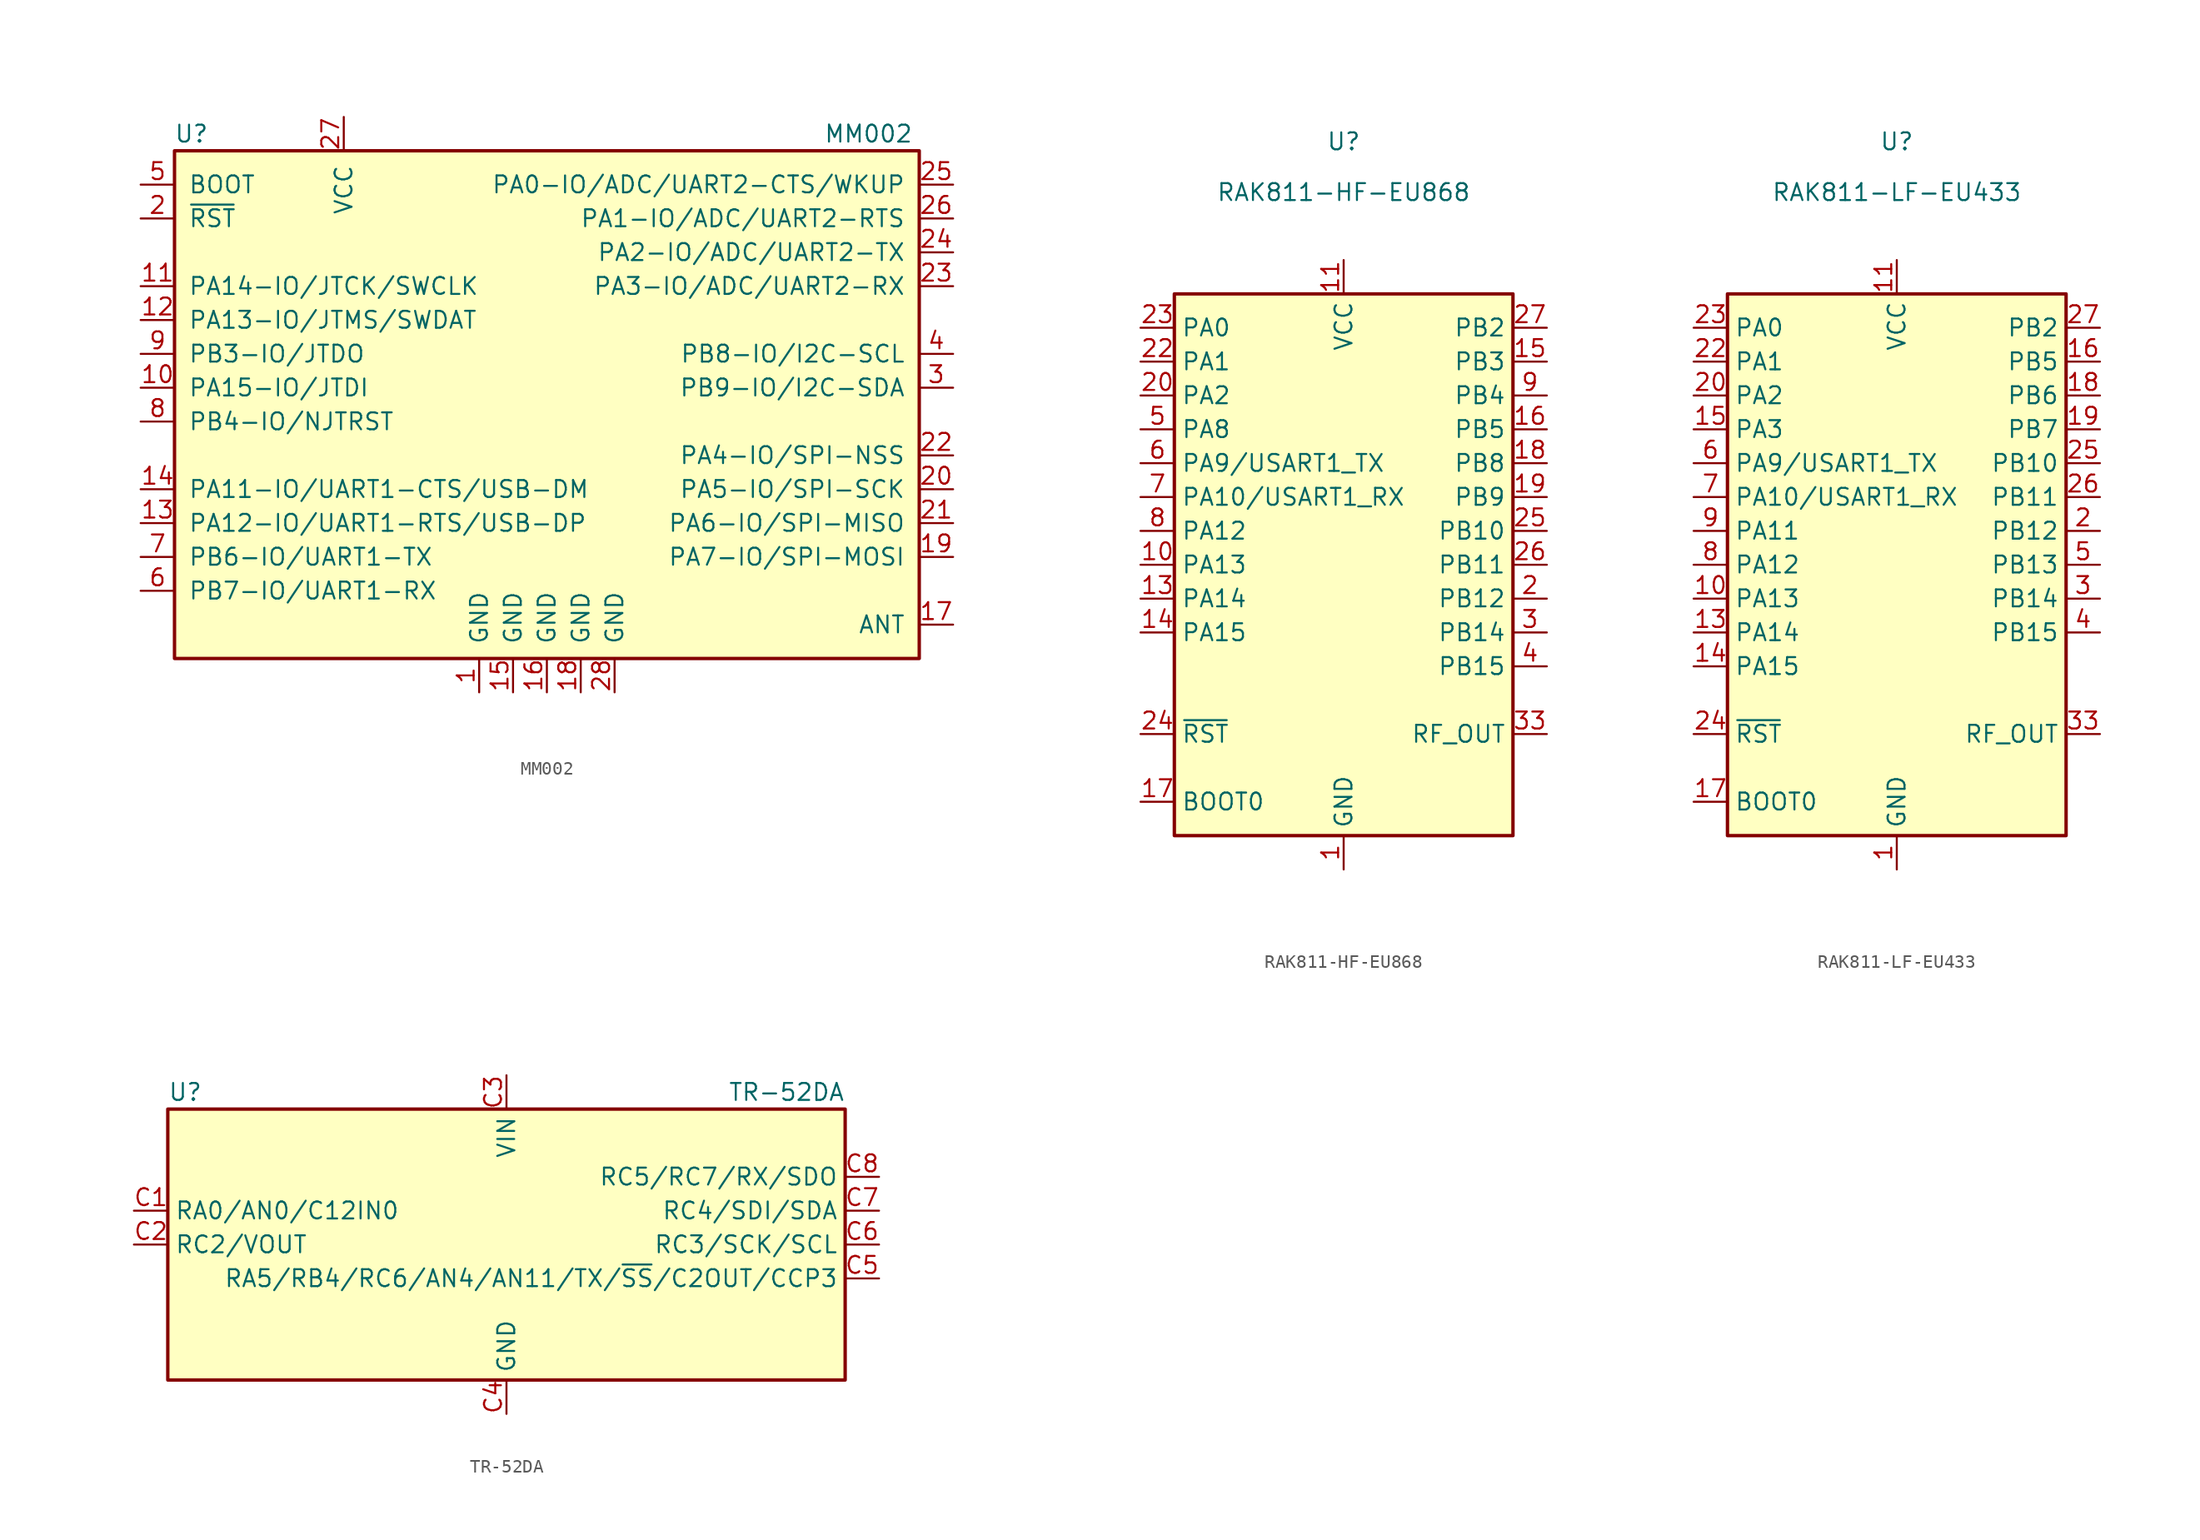
<source format=kicad_sym>
(kicad_symbol_lib
  (version 20201005)
  (generator kicad_symbol_editor)
  (symbol "MM002"
    (pin_names
      (offset 1.016))
    (property "Reference" "U"
      (at -26.67 21.59 0)
      (effects (font (size 1.27 1.27))))
    (property "Value" "MM002"
      (at 24.13 21.59 0)
      (effects (font (size 1.27 1.27))))
    (symbol "MM002_0_1"
      (rectangle (start -27.94 20.32) (end 27.94 -17.78) (stroke (width 0.254)) (fill (type background))))
    (symbol "MM002_1_1"
      (pin power_in line (at -5.08 -20.32 90) (length 2.54) (name "GND" (effects (font (size 1.27 1.27)))) (number "1" (effects (font (size 1.27 1.27)))))
      (pin bidirectional line (at -30.48 2.54 0) (length 2.54) (name "PA15-IO/JTDI" (effects (font (size 1.27 1.27)))) (number "10" (effects (font (size 1.27 1.27)))))
      (pin bidirectional line (at -30.48 10.16 0) (length 2.54) (name "PA14-IO/JTCK/SWCLK" (effects (font (size 1.27 1.27)))) (number "11" (effects (font (size 1.27 1.27)))))
      (pin bidirectional line (at -30.48 7.62 0) (length 2.54) (name "PA13-IO/JTMS/SWDAT" (effects (font (size 1.27 1.27)))) (number "12" (effects (font (size 1.27 1.27)))))
      (pin bidirectional line (at -30.48 -7.62 0) (length 2.54) (name "PA12-IO/UART1-RTS/USB-DP" (effects (font (size 1.27 1.27)))) (number "13" (effects (font (size 1.27 1.27)))))
      (pin bidirectional line (at -30.48 -5.08 0) (length 2.54) (name "PA11-IO/UART1-CTS/USB-DM" (effects (font (size 1.27 1.27)))) (number "14" (effects (font (size 1.27 1.27)))))
      (pin power_in line (at -2.54 -20.32 90) (length 2.54) (name "GND" (effects (font (size 1.27 1.27)))) (number "15" (effects (font (size 1.27 1.27)))))
      (pin power_in line (at 0 -20.32 90) (length 2.54) (name "GND" (effects (font (size 1.27 1.27)))) (number "16" (effects (font (size 1.27 1.27)))))
      (pin bidirectional line (at 30.48 -15.24 180) (length 2.54) (name "ANT" (effects (font (size 1.27 1.27)))) (number "17" (effects (font (size 1.27 1.27)))))
      (pin power_in line (at 2.54 -20.32 90) (length 2.54) (name "GND" (effects (font (size 1.27 1.27)))) (number "18" (effects (font (size 1.27 1.27)))))
      (pin bidirectional line (at 30.48 -10.16 180) (length 2.54) (name "PA7-IO/SPI-MOSI" (effects (font (size 1.27 1.27)))) (number "19" (effects (font (size 1.27 1.27)))))
      (pin input line (at -30.48 15.24 0) (length 2.54) (name "~RST" (effects (font (size 1.27 1.27)))) (number "2" (effects (font (size 1.27 1.27)))))
      (pin bidirectional line (at 30.48 -5.08 180) (length 2.54) (name "PA5-IO/SPI-SCK" (effects (font (size 1.27 1.27)))) (number "20" (effects (font (size 1.27 1.27)))))
      (pin bidirectional line (at 30.48 -7.62 180) (length 2.54) (name "PA6-IO/SPI-MISO" (effects (font (size 1.27 1.27)))) (number "21" (effects (font (size 1.27 1.27)))))
      (pin bidirectional line (at 30.48 -2.54 180) (length 2.54) (name "PA4-IO/SPI-NSS" (effects (font (size 1.27 1.27)))) (number "22" (effects (font (size 1.27 1.27)))))
      (pin bidirectional line (at 30.48 10.16 180) (length 2.54) (name "PA3-IO/ADC/UART2-RX" (effects (font (size 1.27 1.27)))) (number "23" (effects (font (size 1.27 1.27)))))
      (pin bidirectional line (at 30.48 12.7 180) (length 2.54) (name "PA2-IO/ADC/UART2-TX" (effects (font (size 1.27 1.27)))) (number "24" (effects (font (size 1.27 1.27)))))
      (pin bidirectional line (at 30.48 17.78 180) (length 2.54) (name "PA0-IO/ADC/UART2-CTS/WKUP" (effects (font (size 1.27 1.27)))) (number "25" (effects (font (size 1.27 1.27)))))
      (pin bidirectional line (at 30.48 15.24 180) (length 2.54) (name "PA1-IO/ADC/UART2-RTS" (effects (font (size 1.27 1.27)))) (number "26" (effects (font (size 1.27 1.27)))))
      (pin power_in line (at -15.24 22.86 270) (length 2.54) (name "VCC" (effects (font (size 1.27 1.27)))) (number "27" (effects (font (size 1.27 1.27)))))
      (pin power_in line (at 5.08 -20.32 90) (length 2.54) (name "GND" (effects (font (size 1.27 1.27)))) (number "28" (effects (font (size 1.27 1.27)))))
      (pin bidirectional line (at 30.48 2.54 180) (length 2.54) (name "PB9-IO/I2C-SDA" (effects (font (size 1.27 1.27)))) (number "3" (effects (font (size 1.27 1.27)))))
      (pin bidirectional line (at 30.48 5.08 180) (length 2.54) (name "PB8-IO/I2C-SCL" (effects (font (size 1.27 1.27)))) (number "4" (effects (font (size 1.27 1.27)))))
      (pin input line (at -30.48 17.78 0) (length 2.54) (name "BOOT" (effects (font (size 1.27 1.27)))) (number "5" (effects (font (size 1.27 1.27)))))
      (pin bidirectional line (at -30.48 -12.7 0) (length 2.54) (name "PB7-IO/UART1-RX" (effects (font (size 1.27 1.27)))) (number "6" (effects (font (size 1.27 1.27)))))
      (pin bidirectional line (at -30.48 -10.16 0) (length 2.54) (name "PB6-IO/UART1-TX" (effects (font (size 1.27 1.27)))) (number "7" (effects (font (size 1.27 1.27)))))
      (pin input line (at -30.48 0 0) (length 2.54) (name "PB4-IO/NJTRST" (effects (font (size 1.27 1.27)))) (number "8" (effects (font (size 1.27 1.27)))))
      (pin bidirectional line (at -30.48 5.08 0) (length 2.54) (name "PB3-IO/JTDO" (effects (font (size 1.27 1.27)))) (number "9" (effects (font (size 1.27 1.27)))))))
  (symbol "RAK811-HF-EU868"
    (property "Reference" "U"
      (at 0 31.75 0)
      (effects (font (size 1.27 1.27))))
    (property "Value" "RAK811-HF-EU868"
      (at 0 27.94 0)
      (effects (font (size 1.27 1.27))))
    (symbol "RAK811-HF-EU868_0_0"
      (pin power_in line (at 0 -22.86 90) (length 2.54) (name "GND" (effects (font (size 1.27 1.27)))) (number "1" (effects (font (size 1.27 1.27)))))
      (pin bidirectional line (at -15.24 0 0) (length 2.54) (name "PA13" (effects (font (size 1.27 1.27)))) (number "10" (effects (font (size 1.27 1.27)))))
      (pin power_in line (at 0 22.86 270) (length 2.54) (name "VCC" (effects (font (size 1.27 1.27)))) (number "11" (effects (font (size 1.27 1.27)))))
      (pin passive line (at 0 -22.86 90) (length 2.54) hide (name "GND" (effects (font (size 1.27 1.27)))) (number "12" (effects (font (size 1.27 1.27)))))
      (pin bidirectional line (at -15.24 -2.54 0) (length 2.54) (name "PA14" (effects (font (size 1.27 1.27)))) (number "13" (effects (font (size 1.27 1.27)))))
      (pin bidirectional line (at -15.24 -5.08 0) (length 2.54) (name "PA15" (effects (font (size 1.27 1.27)))) (number "14" (effects (font (size 1.27 1.27)))))
      (pin bidirectional line (at 15.24 15.24 180) (length 2.54) (name "PB3" (effects (font (size 1.27 1.27)))) (number "15" (effects (font (size 1.27 1.27)))))
      (pin bidirectional line (at 15.24 10.16 180) (length 2.54) (name "PB5" (effects (font (size 1.27 1.27)))) (number "16" (effects (font (size 1.27 1.27)))))
      (pin input line (at -15.24 -17.78 0) (length 2.54) (name "BOOT0" (effects (font (size 1.27 1.27)))) (number "17" (effects (font (size 1.27 1.27)))))
      (pin bidirectional line (at 15.24 7.62 180) (length 2.54) (name "PB8" (effects (font (size 1.27 1.27)))) (number "18" (effects (font (size 1.27 1.27)))))
      (pin bidirectional line (at 15.24 5.08 180) (length 2.54) (name "PB9" (effects (font (size 1.27 1.27)))) (number "19" (effects (font (size 1.27 1.27)))))
      (pin bidirectional line (at 15.24 -2.54 180) (length 2.54) (name "PB12" (effects (font (size 1.27 1.27)))) (number "2" (effects (font (size 1.27 1.27)))))
      (pin bidirectional line (at -15.24 12.7 0) (length 2.54) (name "PA2" (effects (font (size 1.27 1.27)))) (number "20" (effects (font (size 1.27 1.27)))))
      (pin passive line (at 0 -22.86 90) (length 2.54) hide (name "GND" (effects (font (size 1.27 1.27)))) (number "21" (effects (font (size 1.27 1.27)))))
      (pin bidirectional line (at -15.24 15.24 0) (length 2.54) (name "PA1" (effects (font (size 1.27 1.27)))) (number "22" (effects (font (size 1.27 1.27)))))
      (pin bidirectional line (at -15.24 17.78 0) (length 2.54) (name "PA0" (effects (font (size 1.27 1.27)))) (number "23" (effects (font (size 1.27 1.27)))))
      (pin input line (at -15.24 -12.7 0) (length 2.54) (name "~RST" (effects (font (size 1.27 1.27)))) (number "24" (effects (font (size 1.27 1.27)))))
      (pin bidirectional line (at 15.24 2.54 180) (length 2.54) (name "PB10" (effects (font (size 1.27 1.27)))) (number "25" (effects (font (size 1.27 1.27)))))
      (pin bidirectional line (at 15.24 0 180) (length 2.54) (name "PB11" (effects (font (size 1.27 1.27)))) (number "26" (effects (font (size 1.27 1.27)))))
      (pin bidirectional line (at 15.24 17.78 180) (length 2.54) (name "PB2" (effects (font (size 1.27 1.27)))) (number "27" (effects (font (size 1.27 1.27)))))
      (pin passive line (at 0 -22.86 90) (length 2.54) hide (name "GND" (effects (font (size 1.27 1.27)))) (number "28" (effects (font (size 1.27 1.27)))))
      (pin passive line (at 0 -22.86 90) (length 2.54) hide (name "GND" (effects (font (size 1.27 1.27)))) (number "29" (effects (font (size 1.27 1.27)))))
      (pin bidirectional line (at 15.24 -5.08 180) (length 2.54) (name "PB14" (effects (font (size 1.27 1.27)))) (number "3" (effects (font (size 1.27 1.27)))))
      (pin passive line (at 0 -22.86 90) (length 2.54) hide (name "GND" (effects (font (size 1.27 1.27)))) (number "30" (effects (font (size 1.27 1.27)))))
      (pin passive line (at 0 -22.86 90) (length 2.54) hide (name "GND" (effects (font (size 1.27 1.27)))) (number "31" (effects (font (size 1.27 1.27)))))
      (pin passive line (at 0 -22.86 90) (length 2.54) hide (name "GND" (effects (font (size 1.27 1.27)))) (number "32" (effects (font (size 1.27 1.27)))))
      (pin passive line (at 15.24 -12.7 180) (length 2.54) (name "RF_OUT" (effects (font (size 1.27 1.27)))) (number "33" (effects (font (size 1.27 1.27)))))
      (pin passive line (at 0 -22.86 90) (length 2.54) hide (name "GND" (effects (font (size 1.27 1.27)))) (number "34" (effects (font (size 1.27 1.27)))))
      (pin bidirectional line (at 15.24 -7.62 180) (length 2.54) (name "PB15" (effects (font (size 1.27 1.27)))) (number "4" (effects (font (size 1.27 1.27)))))
      (pin bidirectional line (at -15.24 10.16 0) (length 2.54) (name "PA8" (effects (font (size 1.27 1.27)))) (number "5" (effects (font (size 1.27 1.27)))))
      (pin bidirectional line (at -15.24 7.62 0) (length 2.54) (name "PA9/USART1_TX" (effects (font (size 1.27 1.27)))) (number "6" (effects (font (size 1.27 1.27)))))
      (pin bidirectional line (at -15.24 5.08 0) (length 2.54) (name "PA10/USART1_RX" (effects (font (size 1.27 1.27)))) (number "7" (effects (font (size 1.27 1.27)))))
      (pin bidirectional line (at -15.24 2.54 0) (length 2.54) (name "PA12" (effects (font (size 1.27 1.27)))) (number "8" (effects (font (size 1.27 1.27)))))
      (pin bidirectional line (at 15.24 12.7 180) (length 2.54) (name "PB4" (effects (font (size 1.27 1.27)))) (number "9" (effects (font (size 1.27 1.27))))))
    (symbol "RAK811-HF-EU868_0_1"
      (rectangle (start 12.7 -20.32) (end -12.7 20.32) (stroke (width 0.254)) (fill (type background)))))
  (symbol "RAK811-LF-EU433"
    (property "Reference" "U"
      (at 0 31.75 0)
      (effects (font (size 1.27 1.27))))
    (property "Value" "RAK811-LF-EU433"
      (at 0 27.94 0)
      (effects (font (size 1.27 1.27))))
    (symbol "RAK811-LF-EU433_0_0"
      (pin power_in line (at 0 -22.86 90) (length 2.54) (name "GND" (effects (font (size 1.27 1.27)))) (number "1" (effects (font (size 1.27 1.27)))))
      (pin bidirectional line (at -15.24 -2.54 0) (length 2.54) (name "PA13" (effects (font (size 1.27 1.27)))) (number "10" (effects (font (size 1.27 1.27)))))
      (pin power_in line (at 0 22.86 270) (length 2.54) (name "VCC" (effects (font (size 1.27 1.27)))) (number "11" (effects (font (size 1.27 1.27)))))
      (pin passive line (at 0 -22.86 90) (length 2.54) hide (name "GND" (effects (font (size 1.27 1.27)))) (number "12" (effects (font (size 1.27 1.27)))))
      (pin bidirectional line (at -15.24 -5.08 0) (length 2.54) (name "PA14" (effects (font (size 1.27 1.27)))) (number "13" (effects (font (size 1.27 1.27)))))
      (pin bidirectional line (at -15.24 -7.62 0) (length 2.54) (name "PA15" (effects (font (size 1.27 1.27)))) (number "14" (effects (font (size 1.27 1.27)))))
      (pin bidirectional line (at -15.24 10.16 0) (length 2.54) (name "PA3" (effects (font (size 1.27 1.27)))) (number "15" (effects (font (size 1.27 1.27)))))
      (pin bidirectional line (at 15.24 15.24 180) (length 2.54) (name "PB5" (effects (font (size 1.27 1.27)))) (number "16" (effects (font (size 1.27 1.27)))))
      (pin input line (at -15.24 -17.78 0) (length 2.54) (name "BOOT0" (effects (font (size 1.27 1.27)))) (number "17" (effects (font (size 1.27 1.27)))))
      (pin bidirectional line (at 15.24 12.7 180) (length 2.54) (name "PB6" (effects (font (size 1.27 1.27)))) (number "18" (effects (font (size 1.27 1.27)))))
      (pin bidirectional line (at 15.24 10.16 180) (length 2.54) (name "PB7" (effects (font (size 1.27 1.27)))) (number "19" (effects (font (size 1.27 1.27)))))
      (pin bidirectional line (at 15.24 2.54 180) (length 2.54) (name "PB12" (effects (font (size 1.27 1.27)))) (number "2" (effects (font (size 1.27 1.27)))))
      (pin bidirectional line (at -15.24 12.7 0) (length 2.54) (name "PA2" (effects (font (size 1.27 1.27)))) (number "20" (effects (font (size 1.27 1.27)))))
      (pin passive line (at 0 -22.86 90) (length 2.54) hide (name "GND" (effects (font (size 1.27 1.27)))) (number "21" (effects (font (size 1.27 1.27)))))
      (pin bidirectional line (at -15.24 15.24 0) (length 2.54) (name "PA1" (effects (font (size 1.27 1.27)))) (number "22" (effects (font (size 1.27 1.27)))))
      (pin bidirectional line (at -15.24 17.78 0) (length 2.54) (name "PA0" (effects (font (size 1.27 1.27)))) (number "23" (effects (font (size 1.27 1.27)))))
      (pin input line (at -15.24 -12.7 0) (length 2.54) (name "~RST" (effects (font (size 1.27 1.27)))) (number "24" (effects (font (size 1.27 1.27)))))
      (pin bidirectional line (at 15.24 7.62 180) (length 2.54) (name "PB10" (effects (font (size 1.27 1.27)))) (number "25" (effects (font (size 1.27 1.27)))))
      (pin bidirectional line (at 15.24 5.08 180) (length 2.54) (name "PB11" (effects (font (size 1.27 1.27)))) (number "26" (effects (font (size 1.27 1.27)))))
      (pin bidirectional line (at 15.24 17.78 180) (length 2.54) (name "PB2" (effects (font (size 1.27 1.27)))) (number "27" (effects (font (size 1.27 1.27)))))
      (pin passive line (at 0 -22.86 90) (length 2.54) hide (name "GND" (effects (font (size 1.27 1.27)))) (number "28" (effects (font (size 1.27 1.27)))))
      (pin passive line (at 0 -22.86 90) (length 2.54) hide (name "GND" (effects (font (size 1.27 1.27)))) (number "29" (effects (font (size 1.27 1.27)))))
      (pin bidirectional line (at 15.24 -2.54 180) (length 2.54) (name "PB14" (effects (font (size 1.27 1.27)))) (number "3" (effects (font (size 1.27 1.27)))))
      (pin passive line (at 0 -22.86 90) (length 2.54) hide (name "GND" (effects (font (size 1.27 1.27)))) (number "30" (effects (font (size 1.27 1.27)))))
      (pin passive line (at 0 -22.86 90) (length 2.54) hide (name "GND" (effects (font (size 1.27 1.27)))) (number "31" (effects (font (size 1.27 1.27)))))
      (pin passive line (at 0 -22.86 90) (length 2.54) hide (name "GND" (effects (font (size 1.27 1.27)))) (number "32" (effects (font (size 1.27 1.27)))))
      (pin passive line (at 15.24 -12.7 180) (length 2.54) (name "RF_OUT" (effects (font (size 1.27 1.27)))) (number "33" (effects (font (size 1.27 1.27)))))
      (pin passive line (at 0 -22.86 90) (length 2.54) hide (name "GND" (effects (font (size 1.27 1.27)))) (number "34" (effects (font (size 1.27 1.27)))))
      (pin bidirectional line (at 15.24 -5.08 180) (length 2.54) (name "PB15" (effects (font (size 1.27 1.27)))) (number "4" (effects (font (size 1.27 1.27)))))
      (pin bidirectional line (at 15.24 0 180) (length 2.54) (name "PB13" (effects (font (size 1.27 1.27)))) (number "5" (effects (font (size 1.27 1.27)))))
      (pin bidirectional line (at -15.24 7.62 0) (length 2.54) (name "PA9/USART1_TX" (effects (font (size 1.27 1.27)))) (number "6" (effects (font (size 1.27 1.27)))))
      (pin bidirectional line (at -15.24 5.08 0) (length 2.54) (name "PA10/USART1_RX" (effects (font (size 1.27 1.27)))) (number "7" (effects (font (size 1.27 1.27)))))
      (pin bidirectional line (at -15.24 0 0) (length 2.54) (name "PA12" (effects (font (size 1.27 1.27)))) (number "8" (effects (font (size 1.27 1.27)))))
      (pin bidirectional line (at -15.24 2.54 0) (length 2.54) (name "PA11" (effects (font (size 1.27 1.27)))) (number "9" (effects (font (size 1.27 1.27))))))
    (symbol "RAK811-LF-EU433_0_1"
      (rectangle (start 12.7 -20.32) (end -12.7 20.32) (stroke (width 0.254)) (fill (type background)))))
  (symbol "TR-52DA"
    (property "Reference" "U"
      (at -25.4 11.43 0)
      (effects (font (size 1.27 1.27)) (justify left)))
    (property "Value" "TR-52DA"
      (at 25.4 11.43 0)
      (effects (font (size 1.27 1.27)) (justify right)))
    (symbol "TR-52DA_0_1"
      (rectangle (start -25.4 10.16) (end 25.4 -10.16) (stroke (width 0.254)) (fill (type background))))
    (symbol "TR-52DA_1_1"
      (pin bidirectional line (at -27.94 2.54 0) (length 2.54) (name "RA0/AN0/C12IN0" (effects (font (size 1.27 1.27)))) (number "C1" (effects (font (size 1.27 1.27)))))
      (pin bidirectional line (at -27.94 0 0) (length 2.54) (name "RC2/VOUT" (effects (font (size 1.27 1.27)))) (number "C2" (effects (font (size 1.27 1.27)))))
      (pin power_in line (at 0 12.7 270) (length 2.54) (name "VIN" (effects (font (size 1.27 1.27)))) (number "C3" (effects (font (size 1.27 1.27)))))
      (pin power_in line (at 0 -12.7 90) (length 2.54) (name "GND" (effects (font (size 1.27 1.27)))) (number "C4" (effects (font (size 1.27 1.27)))))
      (pin bidirectional line (at 27.94 -2.54 180) (length 2.54) (name "RA5/RB4/RC6/AN4/AN11/TX/~SS~/C2OUT/CCP3" (effects (font (size 1.27 1.27)))) (number "C5" (effects (font (size 1.27 1.27)))))
      (pin bidirectional line (at 27.94 0 180) (length 2.54) (name "RC3/SCK/SCL" (effects (font (size 1.27 1.27)))) (number "C6" (effects (font (size 1.27 1.27)))))
      (pin bidirectional line (at 27.94 2.54 180) (length 2.54) (name "RC4/SDI/SDA" (effects (font (size 1.27 1.27)))) (number "C7" (effects (font (size 1.27 1.27)))))
      (pin bidirectional line (at 27.94 5.08 180) (length 2.54) (name "RC5/RC7/RX/SDO" (effects (font (size 1.27 1.27)))) (number "C8" (effects (font (size 1.27 1.27))))))))
</source>
